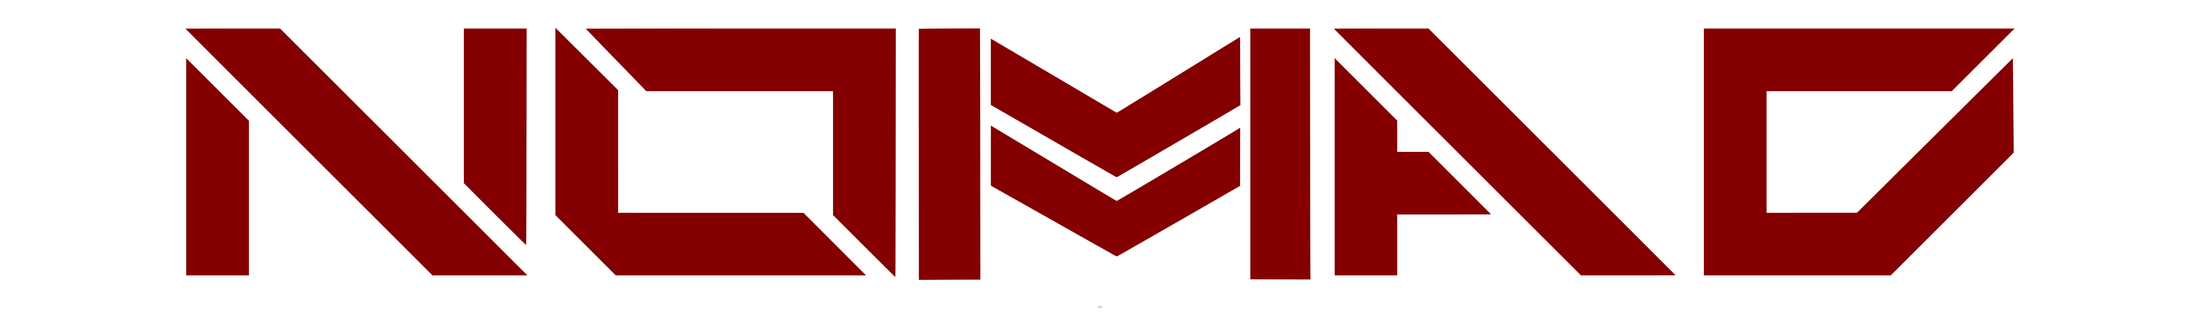
<source format=kicad_sym>
(kicad_symbol_lib
  (version 20220914)
  (generator "bitmap2component")
  (generator_version "8.0")
  (symbol "LOGO"
    (pin_names
      (offset 1.016))
    (property "Reference" "#G"
      (at 0 206.561 0)
      (effects (font (size 1.27 1.27)) hide))
    (symbol "LOGO_0_0"
      (polyline (pts (xy -248.387 -193.401) (xy -244.332 -193.378) (xy -239.617 -193.353) (xy -234.879 -193.329) (xy -230.175 -193.307) (xy -225.567 -193.287) (xy -221.113 -193.268) (xy -216.874 -193.252) (xy -212.907 -193.238) (xy -209.274 -193.226) (xy -206.032 -193.218) (xy -203.243 -193.213) (xy -200.965 -193.211) (xy -186.552 -193.211) (xy -186.746 0.774) (xy -186.752 6.653) (xy -186.764 18.661) (xy -186.778 30.363) (xy -186.791 41.749) (xy -186.805 52.809) (xy -186.82 63.533) (xy -186.834 73.912) (xy -186.849 83.936) (xy -186.865 93.594) (xy -186.88 102.878) (xy -186.896 111.778) (xy -186.912 120.282) (xy -186.929 128.383) (xy -186.945 136.069) (xy -186.962 143.332) (xy -186.979 150.161) (xy -186.996 156.547) (xy -187.013 162.479) (xy -187.03 167.948) (xy -187.047 172.945) (xy -187.064 177.459) (xy -187.082 181.48) (xy -187.099 185) (xy -187.116 188.007) (xy -187.133 190.492) (xy -187.15 192.446) (xy -187.167 193.859) (xy -187.184 194.72) (xy -187.201 195.02) (xy -187.237 195.029) (xy -187.714 195.054) (xy -188.714 195.073) (xy -190.2 195.089) (xy -192.137 195.1) (xy -194.487 195.107) (xy -197.215 195.11) (xy -200.283 195.109) (xy -203.656 195.104) (xy -207.296 195.097) (xy -211.168 195.086) (xy -215.235 195.072) (xy -219.46 195.055) (xy -223.807 195.036) (xy -228.24 195.015) (xy -232.721 194.992) (xy -237.216 194.966) (xy -241.686 194.939) (xy -246.096 194.911) (xy -250.41 194.881) (xy -254.59 194.85) (xy -258.6 194.818) (xy -262.404 194.786) (xy -265.966 194.753) (xy -269.249 194.719) (xy -272.216 194.686) (xy -274.831 194.653) (xy -277.058 194.62) (xy -278.859 194.587) (xy -280.2 194.556) (xy -281.042 194.525) (xy -281.35 194.495) (xy -281.351 194.494) (xy -281.365 194.44) (xy -281.378 194.308) (xy -281.391 194.085) (xy -281.403 193.762) (xy -281.414 193.327) (xy -281.425 192.768) (xy -281.435 192.074) (xy -281.445 191.235) (xy -281.454 190.239) (xy -281.463 189.074) (xy -281.471 187.731) (xy -281.478 186.197) (xy -281.486 184.461) (xy -281.492 182.512) (xy -281.498 180.34) (xy -281.504 177.932) (xy -281.509 175.278) (xy -281.513 172.366) (xy -281.517 169.185) (xy -281.521 165.725) (xy -281.524 161.973) (xy -281.526 157.919) (xy -281.529 153.551) (xy -281.53 148.859) (xy -281.531 143.831) (xy -281.532 138.455) (xy -281.533 132.722) (xy -281.533 126.619) (xy -281.532 120.135) (xy -281.531 113.26) (xy -281.53 105.981) (xy -281.528 98.288) (xy -281.526 90.17) (xy -281.523 81.616) (xy -281.52 72.613) (xy -281.517 63.152) (xy -281.513 53.221) (xy -281.509 42.808) (xy -281.504 31.903) (xy -281.499 20.494) (xy -281.494 8.57) (xy -281.488 -3.88) (xy -281.482 -16.867) (xy -281.476 -30.402) (xy -281.469 -44.497) (xy -281.398 -193.591) (xy -248.387 -193.401)) (stroke (width 0.01) (type default)) (fill (type outline)))
      (polyline (pts (xy 322.683 -185.434) (xy 322.678 -185.108) (xy 322.667 -184.093) (xy 322.655 -182.531) (xy 322.644 -180.439) (xy 322.632 -177.832) (xy 322.619 -174.726) (xy 322.606 -171.137) (xy 322.594 -167.081) (xy 322.58 -162.573) (xy 322.567 -157.63) (xy 322.554 -152.266) (xy 322.54 -146.498) (xy 322.526 -140.342) (xy 322.512 -133.813) (xy 322.498 -126.927) (xy 322.485 -119.699) (xy 322.471 -112.146) (xy 322.457 -104.284) (xy 322.443 -96.127) (xy 322.43 -87.692) (xy 322.416 -78.995) (xy 322.403 -70.051) (xy 322.39 -60.876) (xy 322.377 -51.486) (xy 322.364 -41.896) (xy 322.352 -32.123) (xy 322.34 -22.182) (xy 322.328 -12.089) (xy 322.317 -1.86) (xy 322.306 8.491) (xy 322.115 194.924) (xy 276.071 194.924) (xy 230.027 194.924) (xy 230.027 1.145) (xy 230.027 -192.633) (xy 239.802 -192.712) (xy 240.94 -192.72) (xy 242.888 -192.731) (xy 245.325 -192.743) (xy 248.202 -192.755) (xy 251.473 -192.767) (xy 255.092 -192.78) (xy 259.012 -192.792) (xy 263.186 -192.805) (xy 267.566 -192.817) (xy 272.107 -192.828) (xy 276.762 -192.839) (xy 281.483 -192.849) (xy 286.223 -192.858) (xy 322.87 -192.926) (xy 322.683 -185.434)) (stroke (width 0.01) (type default)) (fill (type outline)))
      (polyline (pts (xy -317.595 -183.365) (xy -317.588 -183.082) (xy -317.577 -182.155) (xy -317.566 -180.682) (xy -317.554 -178.678) (xy -317.541 -176.159) (xy -317.528 -173.141) (xy -317.515 -169.638) (xy -317.502 -165.668) (xy -317.488 -161.245) (xy -317.474 -156.385) (xy -317.461 -151.103) (xy -317.446 -145.415) (xy -317.432 -139.337) (xy -317.418 -132.884) (xy -317.403 -126.072) (xy -317.389 -118.916) (xy -317.374 -111.432) (xy -317.36 -103.635) (xy -317.345 -95.542) (xy -317.331 -87.167) (xy -317.317 -78.526) (xy -317.303 -69.635) (xy -317.289 -60.51) (xy -317.275 -51.165) (xy -317.262 -41.616) (xy -317.249 -31.88) (xy -317.236 -21.971) (xy -317.224 -11.906) (xy -317.212 -1.699) (xy -317.2 8.633) (xy -316.997 194.924) (xy -556.218 194.924) (xy -563.707 194.923) (xy -575.287 194.923) (xy -586.717 194.922) (xy -597.986 194.92) (xy -609.079 194.918) (xy -619.985 194.915) (xy -630.688 194.912) (xy -641.178 194.908) (xy -651.439 194.904) (xy -661.459 194.899) (xy -671.225 194.894) (xy -680.724 194.889) (xy -689.942 194.883) (xy -698.866 194.877) (xy -707.484 194.87) (xy -715.781 194.863) (xy -723.745 194.855) (xy -731.362 194.848) (xy -738.619 194.84) (xy -745.504 194.831) (xy -752.002 194.822) (xy -758.102 194.813) (xy -763.788 194.804) (xy -769.049 194.794) (xy -773.871 194.785) (xy -778.241 194.775) (xy -782.146 194.764) (xy -785.572 194.754) (xy -788.507 194.743) (xy -790.937 194.732) (xy -792.848 194.721) (xy -794.229 194.71) (xy -795.065 194.698) (xy -795.343 194.687) (xy -795.211 194.54) (xy -794.701 194.001) (xy -793.826 193.086) (xy -792.601 191.81) (xy -791.046 190.194) (xy -789.177 188.254) (xy -787.011 186.009) (xy -784.566 183.476) (xy -781.86 180.674) (xy -778.91 177.621) (xy -775.733 174.335) (xy -772.346 170.834) (xy -768.768 167.135) (xy -765.015 163.257) (xy -761.105 159.218) (xy -757.055 155.035) (xy -752.882 150.727) (xy -748.605 146.313) (xy -701.962 98.175) (xy -557.891 98.175) (xy -413.82 98.175) (xy -413.82 2.354) (xy -413.82 -93.467) (xy -371.368 -135.856) (xy -368.837 -138.383) (xy -364.674 -142.538) (xy -360.584 -146.619) (xy -356.589 -150.604) (xy -352.711 -154.47) (xy -348.973 -158.197) (xy -345.397 -161.761) (xy -342.003 -165.141) (xy -338.815 -168.315) (xy -335.854 -171.261) (xy -333.143 -173.957) (xy -330.704 -176.382) (xy -328.558 -178.512) (xy -326.728 -180.327) (xy -325.235 -181.805) (xy -324.102 -182.922) (xy -323.351 -183.659) (xy -317.785 -189.073) (xy -317.595 -183.365)) (stroke (width 0.01) (type default)) (fill (type outline)))
      (polyline (pts (xy -1315.092 -67.138) (xy -1315.092 52.37) (xy -1363.466 100.744) (xy -1411.84 149.117) (xy -1411.84 -18.765) (xy -1411.84 -186.647) (xy -1363.466 -186.647) (xy -1315.092 -186.647) (xy -1315.092 -67.138)) (stroke (width 0.01) (type default)) (fill (type outline)))
      (polyline (pts (xy -1076.218 4.138) (xy -1267.003 194.924) (xy -1339.993 194.924) (xy -1343.738 194.923) (xy -1350.067 194.922) (xy -1356.232 194.918) (xy -1362.208 194.913) (xy -1367.972 194.907) (xy -1373.499 194.9) (xy -1378.766 194.891) (xy -1383.749 194.881) (xy -1388.425 194.869) (xy -1392.768 194.857) (xy -1396.756 194.844) (xy -1400.363 194.83) (xy -1403.568 194.815) (xy -1406.345 194.799) (xy -1408.67 194.782) (xy -1410.521 194.765) (xy -1411.872 194.747) (xy -1412.701 194.728) (xy -1412.982 194.71) (xy -1412.883 194.603) (xy -1412.404 194.115) (xy -1411.536 193.238) (xy -1410.289 191.981) (xy -1408.67 190.353) (xy -1406.69 188.363) (xy -1404.355 186.019) (xy -1401.676 183.332) (xy -1398.661 180.308) (xy -1395.319 176.957) (xy -1391.659 173.288) (xy -1387.689 169.31) (xy -1383.418 165.032) (xy -1378.855 160.461) (xy -1374.01 155.608) (xy -1368.889 150.481) (xy -1363.504 145.088) (xy -1357.861 139.439) (xy -1351.97 133.542) (xy -1345.841 127.406) (xy -1339.481 121.04) (xy -1332.899 114.453) (xy -1326.104 107.653) (xy -1319.106 100.649) (xy -1311.912 93.451) (xy -1304.532 86.067) (xy -1296.974 78.505) (xy -1289.247 70.775) (xy -1281.361 62.885) (xy -1273.323 54.844) (xy -1265.142 46.661) (xy -1256.828 38.345) (xy -1248.389 29.905) (xy -1239.834 21.348) (xy -1231.172 12.685) (xy -1222.411 3.924) (xy -1031.839 -186.647) (xy -958.636 -186.647) (xy -885.433 -186.647) (xy -1076.218 4.138)) (stroke (width 0.01) (type default)) (fill (type outline)))
      (polyline (pts (xy -411.122 -138.311) (xy -459.34 -89.976) (xy -602.394 -89.937) (xy -745.447 -89.899) (xy -745.46 4.923) (xy -745.472 99.745) (xy -793.834 147.934) (xy -842.196 196.123) (xy -842.196 51.329) (xy -842.196 -93.466) (xy -795.605 -140.056) (xy -749.015 -186.647) (xy -555.96 -186.647) (xy -362.904 -186.647) (xy -411.122 -138.311)) (stroke (width 0.01) (type default)) (fill (type outline)))
      (polyline (pts (xy 456.629 -139.557) (xy 456.629 -92.467) (xy 528.976 -92.467) (xy 532.182 -92.467) (xy 538.495 -92.466) (xy 544.645 -92.462) (xy 550.609 -92.458) (xy 556.362 -92.451) (xy 561.879 -92.444) (xy 567.138 -92.435) (xy 572.115 -92.425) (xy 576.784 -92.414) (xy 581.122 -92.401) (xy 585.106 -92.388) (xy 588.711 -92.374) (xy 591.913 -92.359) (xy 594.689 -92.343) (xy 597.013 -92.326) (xy 598.863 -92.309) (xy 600.214 -92.291) (xy 601.042 -92.272) (xy 601.324 -92.254) (xy 601.146 -92.058) (xy 600.581 -91.474) (xy 599.647 -90.521) (xy 598.361 -89.217) (xy 596.74 -87.579) (xy 594.801 -85.624) (xy 592.563 -83.37) (xy 590.042 -80.835) (xy 587.257 -78.036) (xy 584.225 -74.991) (xy 580.962 -71.718) (xy 577.488 -68.233) (xy 573.819 -64.555) (xy 569.972 -60.702) (xy 565.966 -56.69) (xy 561.817 -52.537) (xy 557.544 -48.261) (xy 553.164 -43.88) (xy 505.004 4.281) (xy 480.817 4.281) (xy 456.629 4.281) (xy 456.629 28.468) (xy 456.629 52.656) (xy 408.398 100.887) (xy 360.166 149.117) (xy 360.166 -18.765) (xy 360.166 -186.647) (xy 408.398 -186.647) (xy 456.629 -186.647) (xy 456.629 -139.557)) (stroke (width 0.01) (type default)) (fill (type outline)))
      (polyline (pts (xy 816.902 -186.647) (xy 823.231 -186.645) (xy 829.396 -186.642) (xy 835.372 -186.637) (xy 841.136 -186.631) (xy 846.663 -186.623) (xy 851.93 -186.614) (xy 856.914 -186.604) (xy 861.589 -186.593) (xy 865.932 -186.581) (xy 869.92 -186.567) (xy 873.528 -186.553) (xy 876.732 -186.538) (xy 879.509 -186.522) (xy 881.835 -186.506) (xy 883.685 -186.488) (xy 885.036 -186.47) (xy 885.865 -186.452) (xy 886.146 -186.433) (xy 886.047 -186.327) (xy 885.568 -185.838) (xy 884.701 -184.961) (xy 883.453 -183.704) (xy 881.835 -182.076) (xy 879.854 -180.086) (xy 877.519 -177.743) (xy 874.84 -175.055) (xy 871.825 -172.031) (xy 868.483 -168.681) (xy 864.823 -165.012) (xy 860.853 -161.034) (xy 856.582 -156.755) (xy 852.019 -152.185) (xy 847.174 -147.332) (xy 842.053 -142.204) (xy 836.668 -136.811) (xy 831.025 -131.162) (xy 825.135 -125.265) (xy 819.005 -119.129) (xy 812.645 -112.763) (xy 806.063 -106.176) (xy 799.269 -99.376) (xy 792.27 -92.373) (xy 785.076 -85.174) (xy 777.696 -77.79) (xy 770.138 -70.228) (xy 762.412 -62.498) (xy 754.525 -54.608) (xy 746.487 -46.568) (xy 738.306 -38.385) (xy 729.992 -30.069) (xy 721.553 -21.628) (xy 712.998 -13.072) (xy 704.336 -4.409) (xy 695.575 4.352) (xy 505.004 194.924) (xy 432.014 194.924) (xy 428.269 194.923) (xy 421.94 194.922) (xy 415.775 194.918) (xy 409.799 194.913) (xy 404.035 194.907) (xy 398.508 194.9) (xy 393.24 194.891) (xy 388.257 194.881) (xy 383.582 194.869) (xy 379.239 194.857) (xy 375.251 194.844) (xy 371.643 194.83) (xy 368.439 194.815) (xy 365.662 194.799) (xy 363.336 194.782) (xy 361.486 194.765) (xy 360.135 194.747) (xy 359.306 194.728) (xy 359.025 194.71) (xy 359.124 194.603) (xy 359.603 194.115) (xy 360.47 193.238) (xy 361.718 191.981) (xy 363.336 190.353) (xy 365.317 188.363) (xy 367.651 186.019) (xy 370.33 183.332) (xy 373.346 180.308) (xy 376.688 176.957) (xy 380.348 173.288) (xy 384.318 169.31) (xy 388.589 165.032) (xy 393.151 160.461) (xy 397.997 155.608) (xy 403.117 150.481) (xy 408.503 145.088) (xy 414.146 139.439) (xy 420.036 133.542) (xy 426.166 127.406) (xy 432.526 121.04) (xy 439.108 114.453) (xy 445.902 107.653) (xy 452.901 100.649) (xy 460.095 93.451) (xy 467.475 86.067) (xy 475.033 78.505) (xy 482.759 70.775) (xy 490.646 62.885) (xy 498.684 54.844) (xy 506.865 46.661) (xy 515.179 38.345) (xy 523.618 29.905) (xy 532.173 21.348) (xy 540.835 12.685) (xy 549.596 3.924) (xy 740.167 -186.647) (xy 813.157 -186.647) (xy 816.902 -186.647)) (stroke (width 0.01) (type default)) (fill (type outline)))
      (polyline (pts (xy 1313.039 -91.81) (xy 1407.876 3.028) (xy 1407.27 75.927) (xy 1407.239 79.577) (xy 1407.186 85.906) (xy 1407.132 92.072) (xy 1407.08 98.051) (xy 1407.029 103.818) (xy 1406.979 109.349) (xy 1406.93 114.621) (xy 1406.883 119.61) (xy 1406.839 124.292) (xy 1406.796 128.643) (xy 1406.756 132.638) (xy 1406.718 136.254) (xy 1406.683 139.467) (xy 1406.652 142.253) (xy 1406.623 144.588) (xy 1406.599 146.448) (xy 1406.578 147.81) (xy 1406.561 148.648) (xy 1406.549 148.94) (xy 1406.409 148.82) (xy 1405.885 148.322) (xy 1404.994 147.458) (xy 1403.754 146.247) (xy 1402.185 144.708) (xy 1400.308 142.861) (xy 1398.143 140.727) (xy 1395.709 138.323) (xy 1393.026 135.672) (xy 1390.115 132.791) (xy 1386.996 129.702) (xy 1383.688 126.423) (xy 1380.211 122.974) (xy 1376.585 119.376) (xy 1372.831 115.647) (xy 1368.968 111.808) (xy 1368.18 111.025) (xy 1365.098 107.961) (xy 1361.64 104.524) (xy 1357.829 100.736) (xy 1353.688 96.621) (xy 1349.24 92.2) (xy 1344.507 87.496) (xy 1339.513 82.533) (xy 1334.28 77.333) (xy 1328.832 71.918) (xy 1323.19 66.312) (xy 1317.378 60.537) (xy 1311.418 54.615) (xy 1305.334 48.569) (xy 1299.148 42.423) (xy 1292.883 36.198) (xy 1286.562 29.918) (xy 1280.208 23.604) (xy 1273.844 17.281) (xy 1267.492 10.97) (xy 1261.175 4.694) (xy 1254.916 -1.524) (xy 1248.738 -7.662) (xy 1165.974 -89.886) (xy 1096.267 -89.892) (xy 1026.56 -89.899) (xy 1026.56 4.138) (xy 1026.56 98.175) (xy 1169.471 98.175) (xy 1312.382 98.175) (xy 1360.755 146.549) (xy 1409.129 194.924) (xy 1169.47 194.924) (xy 929.811 194.924) (xy 929.811 4.138) (xy 929.811 -186.647) (xy 1074.006 -186.647) (xy 1218.201 -186.647) (xy 1313.039 -91.81)) (stroke (width 0.01) (type default)) (fill (type outline)))
      (polyline (pts (xy 23.947 -157.247) (xy 24.167 -157.164) (xy 24.616 -156.949) (xy 25.301 -156.594) (xy 26.233 -156.096) (xy 27.42 -155.449) (xy 28.871 -154.649) (xy 30.594 -153.689) (xy 32.599 -152.566) (xy 34.895 -151.273) (xy 37.489 -149.807) (xy 40.392 -148.161) (xy 43.612 -146.331) (xy 47.157 -144.312) (xy 51.038 -142.099) (xy 55.261 -139.686) (xy 59.838 -137.069) (xy 64.775 -134.242) (xy 70.083 -131.2) (xy 75.77 -127.939) (xy 81.845 -124.453) (xy 88.316 -120.737) (xy 95.193 -116.787) (xy 102.485 -112.596) (xy 110.2 -108.16) (xy 118.347 -103.475) (xy 126.935 -98.534) (xy 135.973 -93.332) (xy 145.47 -87.866) (xy 155.434 -82.129) (xy 165.875 -76.117) (xy 176.801 -69.825) (xy 214.188 -48.291) (xy 214.26 -3.335) (xy 214.332 41.622) (xy 210.122 39.025) (xy 209.272 38.502) (xy 207.107 37.179) (xy 204.488 35.588) (xy 201.441 33.745) (xy 197.992 31.665) (xy 194.168 29.363) (xy 189.993 26.855) (xy 185.494 24.157) (xy 180.697 21.283) (xy 175.627 18.249) (xy 170.31 15.07) (xy 164.773 11.762) (xy 159.04 8.341) (xy 153.139 4.82) (xy 147.094 1.217) (xy 140.932 -2.454) (xy 134.678 -6.178) (xy 128.359 -9.939) (xy 122 -13.721) (xy 115.627 -17.509) (xy 109.265 -21.289) (xy 102.942 -25.044) (xy 96.682 -28.759) (xy 90.512 -32.419) (xy 84.457 -36.008) (xy 78.543 -39.512) (xy 72.796 -42.914) (xy 67.242 -46.199) (xy 61.907 -49.352) (xy 56.817 -52.358) (xy 51.997 -55.201) (xy 47.473 -57.865) (xy 43.272 -60.337) (xy 39.419 -62.599) (xy 35.939 -64.637) (xy 32.86 -66.435) (xy 30.206 -67.978) (xy 28.004 -69.25) (xy 23.901 -71.611) (xy 23.015 -71.153) (xy 22.753 -71.008) (xy 21.952 -70.545) (xy 20.671 -69.792) (xy 18.915 -68.752) (xy 16.689 -67.429) (xy 13.997 -65.824) (xy 10.845 -63.941) (xy 7.239 -61.784) (xy 3.182 -59.355) (xy -1.319 -56.656) (xy -6.261 -53.692) (xy -11.637 -50.466) (xy -17.443 -46.979) (xy -23.674 -43.236) (xy -30.325 -39.238) (xy -37.39 -34.991) (xy -44.865 -30.495) (xy -49.305 -27.824) (xy -54.444 -24.733) (xy -59.95 -21.423) (xy -65.758 -17.93) (xy -71.806 -14.293) (xy -78.03 -10.55) (xy -84.368 -6.739) (xy -90.755 -2.899) (xy -97.128 0.933) (xy -103.424 4.718) (xy -109.58 8.419) (xy -115.532 11.997) (xy -121.217 15.415) (xy -126.572 18.634) (xy -170.237 44.88) (xy -170.31 -1.462) (xy -170.319 -6.812) (xy -170.327 -12.359) (xy -170.333 -17.384) (xy -170.337 -21.913) (xy -170.339 -25.971) (xy -170.339 -29.586) (xy -170.336 -32.783) (xy -170.33 -35.587) (xy -170.321 -38.025) (xy -170.309 -40.124) (xy -170.293 -41.907) (xy -170.273 -43.403) (xy -170.249 -44.636) (xy -170.221 -45.633) (xy -170.188 -46.42) (xy -170.151 -47.022) (xy -170.108 -47.465) (xy -170.06 -47.776) (xy -170.007 -47.98) (xy -169.947 -48.104) (xy -169.882 -48.173) (xy -169.785 -48.24) (xy -169.188 -48.608) (xy -168.288 -49.129) (xy -167.24 -49.713) (xy -166.923 -49.888) (xy -166.001 -50.4) (xy -164.646 -51.158) (xy -162.856 -52.162) (xy -160.624 -53.417) (xy -157.947 -54.923) (xy -154.821 -56.683) (xy -151.24 -58.701) (xy -147.202 -60.978) (xy -142.702 -63.516) (xy -137.734 -66.319) (xy -132.296 -69.388) (xy -126.383 -72.726) (xy -119.99 -76.336) (xy -113.113 -80.219) (xy -105.748 -84.379) (xy -97.89 -88.818) (xy -89.096 -93.785) (xy -79.588 -99.155) (xy -70.56 -104.254) (xy -62.006 -109.084) (xy -53.917 -113.651) (xy -46.285 -117.96) (xy -39.102 -122.014) (xy -32.36 -125.819) (xy -26.05 -129.379) (xy -20.166 -132.698) (xy -14.697 -135.782) (xy -9.637 -138.635) (xy -4.977 -141.261) (xy -0.709 -143.665) (xy 3.175 -145.851) (xy 6.684 -147.825) (xy 9.824 -149.59) (xy 12.606 -151.151) (xy 15.036 -152.514) (xy 17.122 -153.682) (xy 18.874 -154.66) (xy 20.299 -155.453) (xy 21.404 -156.065) (xy 21.768 -156.262) (xy 22.749 -156.764) (xy 23.518 -157.115) (xy 23.934 -157.248) (xy 23.947 -157.247)) (stroke (width 0.01) (type default)) (fill (type outline)))
      (polyline (pts (xy -887.568 -139.528) (xy -887.53 -139.361) (xy -887.494 -139.038) (xy -887.459 -138.546) (xy -887.425 -137.872) (xy -887.393 -137.006) (xy -887.363 -135.933) (xy -887.333 -134.643) (xy -887.305 -133.123) (xy -887.278 -131.361) (xy -887.252 -129.344) (xy -887.228 -127.061) (xy -887.204 -124.5) (xy -887.181 -121.647) (xy -887.159 -118.492) (xy -887.138 -115.022) (xy -887.118 -111.224) (xy -887.098 -107.087) (xy -887.079 -102.598) (xy -887.061 -97.745) (xy -887.044 -92.516) (xy -887.027 -86.9) (xy -887.01 -80.882) (xy -886.994 -74.453) (xy -886.978 -67.598) (xy -886.963 -60.307) (xy -886.948 -52.566) (xy -886.933 -44.365) (xy -886.918 -35.69) (xy -886.903 -26.529) (xy -886.889 -16.871) (xy -886.874 -6.703) (xy -886.86 3.988) (xy -886.845 15.212) (xy -886.83 26.983) (xy -886.815 39.313) (xy -886.628 194.924) (xy -935.046 194.924) (xy -983.465 194.924) (xy -983.465 75.458) (xy -983.465 -44.007) (xy -962.612 -65.026) (xy -962.068 -65.574) (xy -958.981 -68.68) (xy -955.554 -72.122) (xy -951.842 -75.844) (xy -947.902 -79.791) (xy -943.788 -83.906) (xy -939.555 -88.136) (xy -935.26 -92.424) (xy -930.958 -96.715) (xy -926.704 -100.954) (xy -922.553 -105.085) (xy -918.562 -109.052) (xy -914.785 -112.802) (xy -913.465 -114.111) (xy -910.232 -117.315) (xy -907.119 -120.397) (xy -904.151 -123.333) (xy -901.349 -126.1) (xy -898.739 -128.675) (xy -896.344 -131.035) (xy -894.188 -133.156) (xy -892.294 -135.015) (xy -890.687 -136.588) (xy -889.389 -137.852) (xy -888.425 -138.784) (xy -887.819 -139.36) (xy -887.593 -139.557) (xy -887.568 -139.528)) (stroke (width 0.01) (type default)) (fill (type outline)))
      (polyline (pts (xy 24.111 -34.7) (xy 24.786 -34.378) (xy 25.651 -33.911) (xy 26.874 -33.216) (xy 28.757 -32.137) (xy 31.088 -30.796) (xy 33.843 -29.207) (xy 36.996 -27.383) (xy 40.524 -25.339) (xy 44.403 -23.09) (xy 48.608 -20.648) (xy 53.115 -18.029) (xy 57.9 -15.247) (xy 62.938 -12.316) (xy 68.206 -9.249) (xy 73.678 -6.062) (xy 79.331 -2.768) (xy 85.14 0.618) (xy 91.081 4.083) (xy 97.13 7.611) (xy 103.262 11.19) (xy 109.454 14.804) (xy 115.68 18.44) (xy 121.917 22.084) (xy 128.141 25.72) (xy 134.327 29.336) (xy 140.451 32.916) (xy 146.488 36.448) (xy 152.414 39.915) (xy 158.206 43.306) (xy 163.838 46.604) (xy 169.287 49.796) (xy 174.528 52.868) (xy 179.536 55.805) (xy 184.289 58.594) (xy 188.761 61.221) (xy 192.928 63.67) (xy 196.766 65.928) (xy 200.25 67.981) (xy 203.357 69.815) (xy 206.061 71.415) (xy 208.34 72.767) (xy 210.167 73.857) (xy 214.709 76.576) (xy 214.52 98.149) (xy 214.516 98.607) (xy 214.488 102.148) (xy 214.462 106.169) (xy 214.438 110.59) (xy 214.415 115.331) (xy 214.394 120.311) (xy 214.376 125.451) (xy 214.361 130.672) (xy 214.348 135.893) (xy 214.339 141.035) (xy 214.333 146.016) (xy 214.331 150.759) (xy 214.328 154.925) (xy 214.322 159.013) (xy 214.311 162.875) (xy 214.297 166.478) (xy 214.28 169.786) (xy 214.259 172.765) (xy 214.235 175.38) (xy 214.209 177.598) (xy 214.18 179.382) (xy 214.149 180.7) (xy 214.116 181.516) (xy 214.082 181.796) (xy 214.079 181.795) (xy 213.776 181.624) (xy 213.016 181.17) (xy 211.822 180.447) (xy 210.221 179.472) (xy 208.237 178.26) (xy 205.897 176.826) (xy 203.224 175.185) (xy 200.244 173.354) (xy 196.983 171.348) (xy 193.465 169.181) (xy 189.716 166.871) (xy 185.762 164.432) (xy 181.626 161.879) (xy 177.335 159.229) (xy 172.914 156.496) (xy 170.227 154.835) (xy 158.905 147.836) (xy 148.065 141.136) (xy 137.702 134.732) (xy 127.813 128.623) (xy 118.396 122.807) (xy 109.448 117.281) (xy 100.964 112.044) (xy 92.942 107.094) (xy 85.379 102.429) (xy 78.271 98.046) (xy 71.615 93.945) (xy 65.409 90.122) (xy 59.648 86.576) (xy 54.33 83.305) (xy 49.451 80.307) (xy 45.008 77.58) (xy 40.999 75.123) (xy 37.419 72.932) (xy 34.266 71.006) (xy 31.536 69.344) (xy 29.227 67.942) (xy 27.334 66.8) (xy 25.856 65.915) (xy 24.788 65.286) (xy 24.127 64.909) (xy 23.87 64.784) (xy 23.625 64.908) (xy 22.933 65.297) (xy 21.846 65.922) (xy 20.413 66.755) (xy 18.682 67.767) (xy 16.703 68.931) (xy 14.524 70.216) (xy 12.196 71.595) (xy 11.095 72.247) (xy 9.02 73.476) (xy 6.558 74.933) (xy 3.729 76.607) (xy 0.554 78.483) (xy -2.945 80.552) (xy -6.748 82.798) (xy -10.834 85.212) (xy -15.181 87.78) (xy -19.77 90.49) (xy -24.579 93.329) (xy -29.587 96.285) (xy -34.773 99.347) (xy -40.116 102.501) (xy -45.596 105.734) (xy -51.191 109.036) (xy -56.88 112.394) (xy -62.644 115.794) (xy -68.459 119.225) (xy -74.307 122.675) (xy -80.165 126.131) (xy -86.013 129.581) (xy -91.83 133.012) (xy -97.595 136.412) (xy -103.287 139.768) (xy -108.885 143.07) (xy -114.368 146.303) (xy -119.716 149.456) (xy -124.906 152.516) (xy -129.92 155.471) (xy -134.734 158.309) (xy -139.33 161.018) (xy -143.685 163.584) (xy -147.778 165.996) (xy -151.589 168.241) (xy -155.098 170.307) (xy -158.282 172.181) (xy -161.121 173.852) (xy -163.594 175.307) (xy -165.68 176.533) (xy -167.358 177.519) (xy -168.608 178.251) (xy -169.408 178.718) (xy -169.738 178.907) (xy -170.38 179.247) (xy -170.38 128.047) (xy -170.38 76.847) (xy -141.056 59.916) (xy -137.889 58.088) (xy -133.539 55.577) (xy -129.07 52.996) (xy -124.543 50.383) (xy -120.019 47.771) (xy -115.561 45.197) (xy -111.229 42.696) (xy -107.084 40.303) (xy -103.189 38.054) (xy -99.603 35.984) (xy -96.39 34.129) (xy -93.609 32.524) (xy -90.195 30.553) (xy -84.143 27.06) (xy -78.06 23.551) (xy -71.969 20.038) (xy -65.889 16.532) (xy -59.843 13.046) (xy -53.85 9.593) (xy -47.931 6.183) (xy -42.109 2.829) (xy -36.403 -0.456) (xy -30.835 -3.662) (xy -25.426 -6.774) (xy -20.197 -9.783) (xy -15.168 -12.675) (xy -10.36 -15.439) (xy -5.796 -18.063) (xy -1.494 -20.533) (xy 2.522 -22.839) (xy 6.233 -24.969) (xy 9.617 -26.909) (xy 12.654 -28.649) (xy 15.323 -30.176) (xy 17.602 -31.477) (xy 19.47 -32.542) (xy 20.907 -33.358) (xy 21.892 -33.912) (xy 22.403 -34.193) (xy 22.728 -34.359) (xy 23.409 -34.674) (xy 23.796 -34.805) (xy 24.111 -34.7)) (stroke (width 0.01) (type default)) (fill (type outline))))))
</source>
